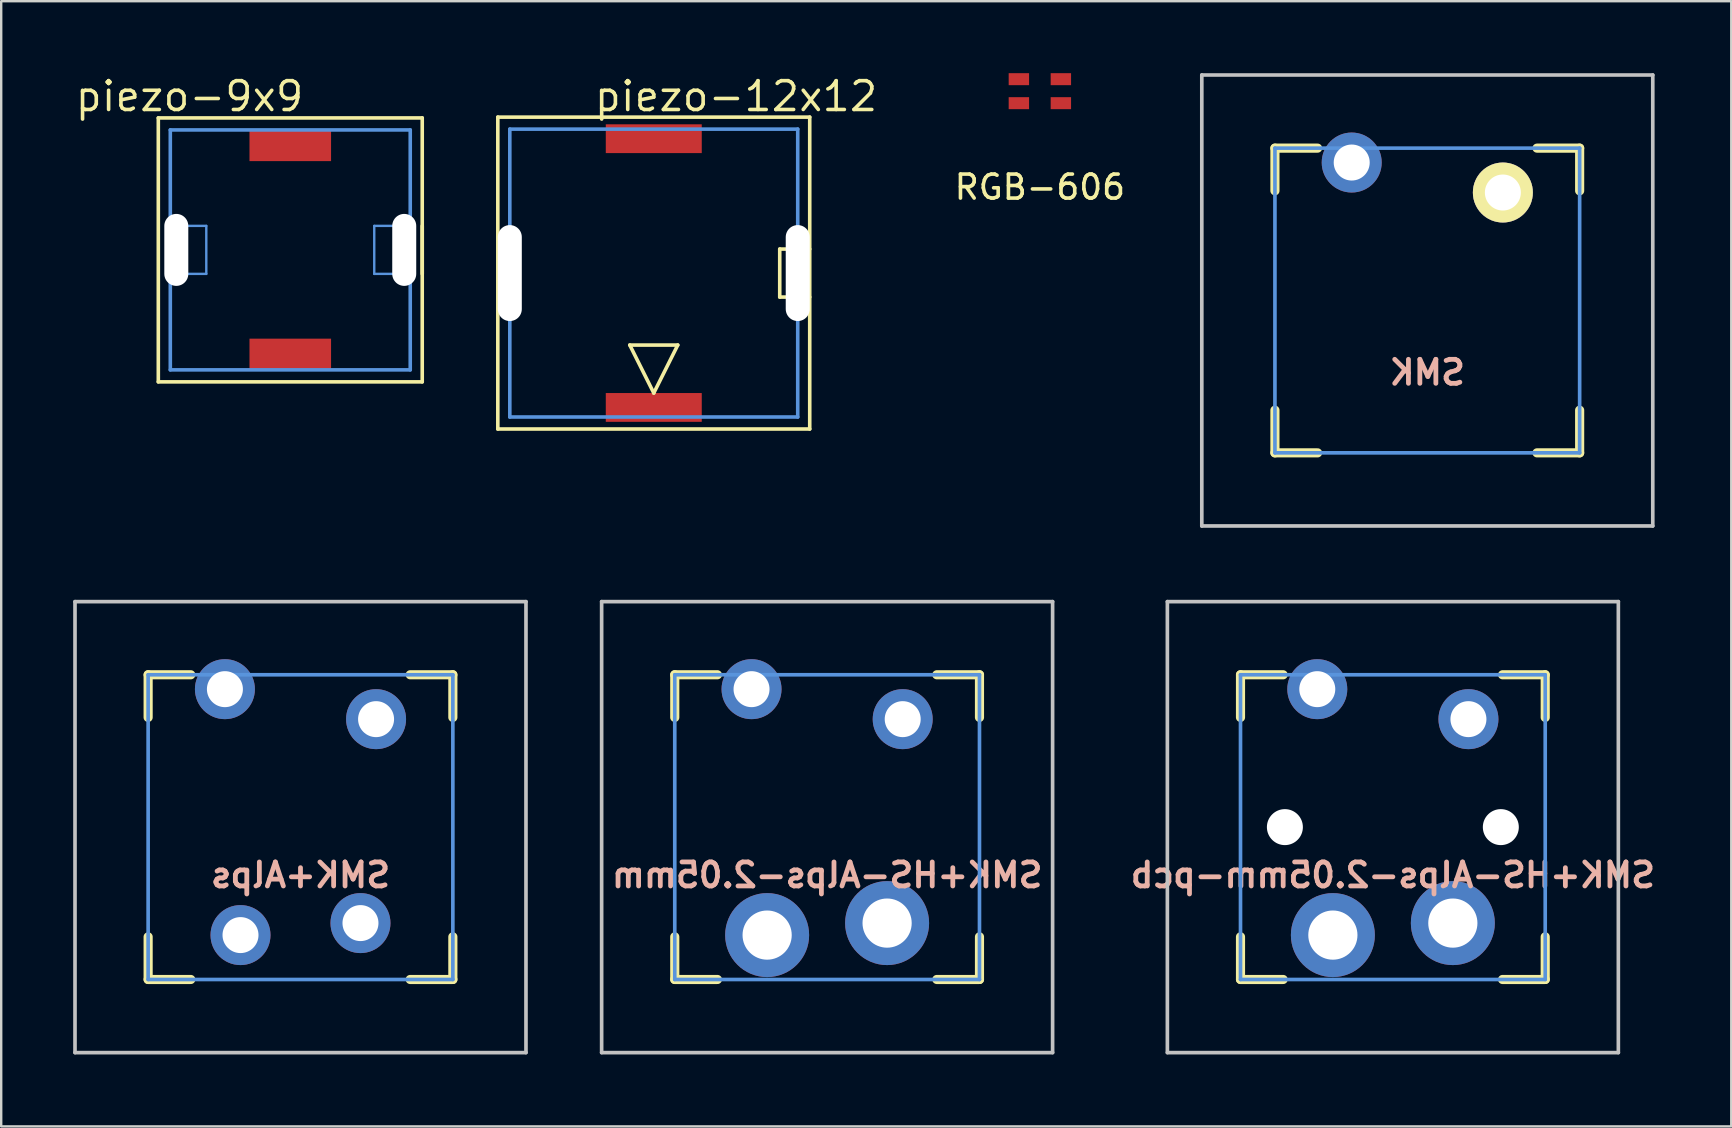
<source format=kicad_pcb>
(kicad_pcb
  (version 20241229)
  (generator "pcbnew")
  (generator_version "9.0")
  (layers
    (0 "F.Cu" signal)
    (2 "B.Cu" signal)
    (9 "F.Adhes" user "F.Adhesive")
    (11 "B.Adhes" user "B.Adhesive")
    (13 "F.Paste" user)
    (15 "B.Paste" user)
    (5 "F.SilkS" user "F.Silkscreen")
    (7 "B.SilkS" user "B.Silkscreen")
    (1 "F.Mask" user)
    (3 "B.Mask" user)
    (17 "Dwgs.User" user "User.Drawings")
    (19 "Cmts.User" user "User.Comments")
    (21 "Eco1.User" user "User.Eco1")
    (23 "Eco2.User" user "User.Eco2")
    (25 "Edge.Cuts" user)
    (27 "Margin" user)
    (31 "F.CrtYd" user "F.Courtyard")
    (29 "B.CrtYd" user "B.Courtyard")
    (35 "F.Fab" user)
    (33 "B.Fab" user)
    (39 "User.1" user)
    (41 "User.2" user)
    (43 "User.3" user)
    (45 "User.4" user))
  (footprint "piezo-9x9"
    (layer "F.Cu")
    (at 9.048 7.365)
    (property "Reference" "piezo-9x9" (at -4.2 -6.4 0) (layer "F.SilkS") (effects (font (size 1.2 1.2) (thickness 0.15))))
    (attr through_hole)
    (fp_line (start -5.5 -5.5) (end -5.5 5.5) (stroke (width 0.15) (type solid)) (layer "F.SilkS"))
    (fp_line (start -5.5 5.5) (end 5.5 5.5) (stroke (width 0.15) (type solid)) (layer "F.SilkS"))
    (fp_line (start 5.5 -5.5) (end -5.5 -5.5) (stroke (width 0.15) (type solid)) (layer "F.SilkS"))
    (fp_line (start 5.5 -1) (end 5.5 1) (stroke (width 0.15) (type solid)) (layer "F.SilkS"))
    (fp_line (start 5.5 5.5) (end 5.5 -5.5) (stroke (width 0.15) (type solid)) (layer "F.SilkS"))
    (fp_line (start -5 -5) (end 5 -5) (stroke (width 0.15) (type solid)) (layer "Cmts.User"))
    (fp_line (start -5 5) (end -5 -5) (stroke (width 0.15) (type solid)) (layer "Cmts.User"))
    (fp_line (start -3.5 -1) (end -5 -1) (stroke (width 0.1) (type solid)) (layer "Cmts.User"))
    (fp_line (start -3.5 1) (end -5 1) (stroke (width 0.1) (type solid)) (layer "Cmts.User"))
    (fp_line (start -3.5 1) (end -3.5 -1) (stroke (width 0.1) (type solid)) (layer "Cmts.User"))
    (fp_line (start 3.5 1) (end 3.5 -1) (stroke (width 0.1) (type solid)) (layer "Cmts.User"))
    (fp_line (start 5 -5) (end 5 5) (stroke (width 0.15) (type solid)) (layer "Cmts.User"))
    (fp_line (start 5 -1) (end 3.5 -1) (stroke (width 0.1) (type solid)) (layer "Cmts.User"))
    (fp_line (start 5 1) (end 3.5 1) (stroke (width 0.1) (type solid)) (layer "Cmts.User"))
    (fp_line (start 5 5) (end -5 5) (stroke (width 0.15) (type solid)) (layer "Cmts.User"))
    (pad "" np_thru_hole oval (at -4.75 0) (size 1 3) (drill oval 1 3) (layers "*.Cu" "*.Mask"))
    (pad "" np_thru_hole oval (at 4.75 0) (size 1 3) (drill oval 1 3) (layers "*.Cu" "*.Mask"))
    (pad "1" smd rect (at 0 4.35) (size 3.4 1.3) (layers "F.Cu" "F.Mask" "F.Paste"))
    (pad "2" smd rect (at 0 -4.35) (size 3.4 1.3) (layers "F.Cu" "F.Mask" "F.Paste")))
  (footprint "SMK"
    (layer "F.Cu")
    (at 56.437 9.474)
    (property "Reference" "SMK" (at 0 3 0) (layer "B.SilkS") (effects (font (size 1 1) (thickness 0.2)) (justify mirror)))
    (attr through_hole)
    (fp_line (start -6.35 -6.35) (end -4.572 -6.35) (stroke (width 0.381) (type solid)) (layer "F.SilkS"))
    (fp_line (start -6.35 -4.572) (end -6.35 -6.35) (stroke (width 0.381) (type solid)) (layer "F.SilkS"))
    (fp_line (start -6.35 6.35) (end -6.35 4.572) (stroke (width 0.381) (type solid)) (layer "F.SilkS"))
    (fp_line (start -4.572 6.35) (end -6.35 6.35) (stroke (width 0.381) (type solid)) (layer "F.SilkS"))
    (fp_line (start 4.572 -6.35) (end 6.35 -6.35) (stroke (width 0.381) (type solid)) (layer "F.SilkS"))
    (fp_line (start 6.35 -6.35) (end 6.35 -4.572) (stroke (width 0.381) (type solid)) (layer "F.SilkS"))
    (fp_line (start 6.35 4.572) (end 6.35 6.35) (stroke (width 0.381) (type solid)) (layer "F.SilkS"))
    (fp_line (start 6.35 6.35) (end 4.572 6.35) (stroke (width 0.381) (type solid)) (layer "F.SilkS"))
    (fp_line (start -9.398 -9.398) (end 9.398 -9.398) (stroke (width 0.152) (type solid)) (layer "Dwgs.User"))
    (fp_line (start -9.398 9.398) (end -9.398 -9.398) (stroke (width 0.152) (type solid)) (layer "Dwgs.User"))
    (fp_line (start 9.398 -9.398) (end 9.398 9.398) (stroke (width 0.152) (type solid)) (layer "Dwgs.User"))
    (fp_line (start 9.398 9.398) (end -9.398 9.398) (stroke (width 0.152) (type solid)) (layer "Dwgs.User"))
    (fp_line (start -6.35 -6.35) (end 6.35 -6.35) (stroke (width 0.152) (type solid)) (layer "Cmts.User"))
    (fp_line (start -6.35 6.35) (end -6.35 -6.35) (stroke (width 0.152) (type solid)) (layer "Cmts.User"))
    (fp_line (start 6.35 -6.35) (end 6.35 6.35) (stroke (width 0.152) (type solid)) (layer "Cmts.User"))
    (fp_line (start 6.35 6.35) (end -6.35 6.35) (stroke (width 0.152) (type solid)) (layer "Cmts.User"))
    (fp_line (start -7.75 -6.4) (end -6.985 -6.4) (stroke (width 0.152) (type solid)) (layer "Eco2.User"))
    (fp_line (start -7.75 6.4) (end -7.75 -6.4) (stroke (width 0.152) (type solid)) (layer "Eco2.User"))
    (fp_line (start -7.75 6.4) (end -6.985 6.4) (stroke (width 0.152) (type solid)) (layer "Eco2.User"))
    (fp_line (start -6.985 -6.985) (end 6.985 -6.985) (stroke (width 0.152) (type solid)) (layer "Eco2.User"))
    (fp_line (start -6.985 -6.4) (end -6.985 -6.985) (stroke (width 0.152) (type solid)) (layer "Eco2.User"))
    (fp_line (start -6.985 6.4) (end -6.985 6.985) (stroke (width 0.152) (type solid)) (layer "Eco2.User"))
    (fp_line (start 6.985 -6.4) (end 6.985 -6.985) (stroke (width 0.152) (type solid)) (layer "Eco2.User"))
    (fp_line (start 6.985 6.4) (end 7.75 6.4) (stroke (width 0.152) (type solid)) (layer "Eco2.User"))
    (fp_line (start 6.985 6.985) (end -6.985 6.985) (stroke (width 0.152) (type solid)) (layer "Eco2.User"))
    (fp_line (start 6.985 6.985) (end 6.985 6.4) (stroke (width 0.152) (type solid)) (layer "Eco2.User"))
    (fp_line (start 7.75 -6.4) (end 6.985 -6.4) (stroke (width 0.152) (type solid)) (layer "Eco2.User"))
    (fp_line (start 7.75 6.4) (end 7.75 -6.4) (stroke (width 0.152) (type solid)) (layer "Eco2.User"))
    (pad "SW1" thru_hole circle (at -3.15 -5.75) (size 2.5 2.5) (drill 1.5) (layers "*.Cu" "*.Mask"))
    (pad "SW2" thru_hole circle (at 3.15 -4.5) (size 2.5 2.5) (drill 1.5) (layers "*.Cu" "*.Mask" "F.SilkS")))
  (footprint "SMK+Alps"
    (layer "F.Cu")
    (at 9.474 31.423)
    (property "Reference" "SMK+Alps" (at 0 2 0) (layer "B.SilkS") (effects (font (size 1 1) (thickness 0.2)) (justify mirror)))
    (attr through_hole)
    (fp_line (start -6.35 -6.35) (end -4.572 -6.35) (stroke (width 0.381) (type solid)) (layer "F.SilkS"))
    (fp_line (start -6.35 -4.572) (end -6.35 -6.35) (stroke (width 0.381) (type solid)) (layer "F.SilkS"))
    (fp_line (start -6.35 6.35) (end -6.35 4.572) (stroke (width 0.381) (type solid)) (layer "F.SilkS"))
    (fp_line (start -4.572 6.35) (end -6.35 6.35) (stroke (width 0.381) (type solid)) (layer "F.SilkS"))
    (fp_line (start 4.572 -6.35) (end 6.35 -6.35) (stroke (width 0.381) (type solid)) (layer "F.SilkS"))
    (fp_line (start 6.35 -6.35) (end 6.35 -4.572) (stroke (width 0.381) (type solid)) (layer "F.SilkS"))
    (fp_line (start 6.35 4.572) (end 6.35 6.35) (stroke (width 0.381) (type solid)) (layer "F.SilkS"))
    (fp_line (start 6.35 6.35) (end 4.572 6.35) (stroke (width 0.381) (type solid)) (layer "F.SilkS"))
    (fp_line (start -9.398 -9.398) (end 9.398 -9.398) (stroke (width 0.152) (type solid)) (layer "Dwgs.User"))
    (fp_line (start -9.398 9.398) (end -9.398 -9.398) (stroke (width 0.152) (type solid)) (layer "Dwgs.User"))
    (fp_line (start 9.398 -9.398) (end 9.398 9.398) (stroke (width 0.152) (type solid)) (layer "Dwgs.User"))
    (fp_line (start 9.398 9.398) (end -9.398 9.398) (stroke (width 0.152) (type solid)) (layer "Dwgs.User"))
    (fp_line (start -6.35 -6.35) (end 6.35 -6.35) (stroke (width 0.152) (type solid)) (layer "Cmts.User"))
    (fp_line (start -6.35 6.35) (end -6.35 -6.35) (stroke (width 0.152) (type solid)) (layer "Cmts.User"))
    (fp_line (start 6.35 -6.35) (end 6.35 6.35) (stroke (width 0.152) (type solid)) (layer "Cmts.User"))
    (fp_line (start 6.35 6.35) (end -6.35 6.35) (stroke (width 0.152) (type solid)) (layer "Cmts.User"))
    (fp_line (start -7.75 -6.4) (end -6.985 -6.4) (stroke (width 0.152) (type solid)) (layer "Eco2.User"))
    (fp_line (start -7.75 6.4) (end -7.75 -6.4) (stroke (width 0.152) (type solid)) (layer "Eco2.User"))
    (fp_line (start -7.75 6.4) (end -6.985 6.4) (stroke (width 0.152) (type solid)) (layer "Eco2.User"))
    (fp_line (start -6.985 -6.985) (end 6.985 -6.985) (stroke (width 0.152) (type solid)) (layer "Eco2.User"))
    (fp_line (start -6.985 -6.4) (end -6.985 -6.985) (stroke (width 0.152) (type solid)) (layer "Eco2.User"))
    (fp_line (start -6.985 6.4) (end -6.985 6.985) (stroke (width 0.152) (type solid)) (layer "Eco2.User"))
    (fp_line (start 6.985 -6.4) (end 6.985 -6.985) (stroke (width 0.152) (type solid)) (layer "Eco2.User"))
    (fp_line (start 6.985 6.4) (end 7.75 6.4) (stroke (width 0.152) (type solid)) (layer "Eco2.User"))
    (fp_line (start 6.985 6.985) (end -6.985 6.985) (stroke (width 0.152) (type solid)) (layer "Eco2.User"))
    (fp_line (start 6.985 6.985) (end 6.985 6.4) (stroke (width 0.152) (type solid)) (layer "Eco2.User"))
    (fp_line (start 7.75 -6.4) (end 6.985 -6.4) (stroke (width 0.152) (type solid)) (layer "Eco2.User"))
    (fp_line (start 7.75 6.4) (end 7.75 -6.4) (stroke (width 0.152) (type solid)) (layer "Eco2.User"))
    (pad "SW1" thru_hole circle (at -3.15 -5.75) (size 2.5 2.5) (drill 1.5) (layers "*.Cu" "*.Mask"))
    (pad "SW1" thru_hole circle (at -2.5 4.5) (size 2.5 2.5) (drill 1.5) (layers "*.Cu" "*.Mask"))
    (pad "SW2" thru_hole circle (at 2.5 4) (size 2.5 2.5) (drill 1.5) (layers "*.Cu" "*.Mask"))
    (pad "SW2" thru_hole circle (at 3.15 -4.5) (size 2.5 2.5) (drill 1.5) (layers "*.Cu" "*.Mask")))
  (footprint "RGB-606"
    (layer "F.Cu")
    (at 40.29 0.75)
    (property "Reference" "RGB-606" (at 0 4 0) (layer "F.SilkS") (effects (font (size 1 1) (thickness 0.15))))
    (attr through_hole)
    (pad "1" smd rect (at -0.875 -0.5) (size 0.85 0.5) (layers "F.Cu" "F.Mask" "F.Paste"))
    (pad "1" smd rect (at -0.875 0.5) (size 0.85 0.5) (layers "F.Cu" "F.Mask" "F.Paste"))
    (pad "1" smd rect (at 0.875 -0.5) (size 0.85 0.5) (layers "F.Cu" "F.Mask" "F.Paste"))
    (pad "1" smd rect (at 0.875 0.5) (size 0.85 0.5) (layers "F.Cu" "F.Mask" "F.Paste")))
  (footprint "SMK+HS-Alps-2.05mm-pcb"
    (layer "F.Cu")
    (at 55.002 31.423)
    (property "Reference" "SMK+HS-Alps-2.05mm-pcb" (at 0 2 0) (layer "B.SilkS") (effects (font (size 1 1) (thickness 0.2)) (justify mirror)))
    (attr through_hole)
    (fp_line (start -6.35 -6.35) (end -4.572 -6.35) (stroke (width 0.381) (type solid)) (layer "F.SilkS"))
    (fp_line (start -6.35 -4.572) (end -6.35 -6.35) (stroke (width 0.381) (type solid)) (layer "F.SilkS"))
    (fp_line (start -6.35 6.35) (end -6.35 4.572) (stroke (width 0.381) (type solid)) (layer "F.SilkS"))
    (fp_line (start -4.572 6.35) (end -6.35 6.35) (stroke (width 0.381) (type solid)) (layer "F.SilkS"))
    (fp_line (start 4.572 -6.35) (end 6.35 -6.35) (stroke (width 0.381) (type solid)) (layer "F.SilkS"))
    (fp_line (start 6.35 -6.35) (end 6.35 -4.572) (stroke (width 0.381) (type solid)) (layer "F.SilkS"))
    (fp_line (start 6.35 4.572) (end 6.35 6.35) (stroke (width 0.381) (type solid)) (layer "F.SilkS"))
    (fp_line (start 6.35 6.35) (end 4.572 6.35) (stroke (width 0.381) (type solid)) (layer "F.SilkS"))
    (fp_line (start -9.398 -9.398) (end 9.398 -9.398) (stroke (width 0.152) (type solid)) (layer "Dwgs.User"))
    (fp_line (start -9.398 9.398) (end -9.398 -9.398) (stroke (width 0.152) (type solid)) (layer "Dwgs.User"))
    (fp_line (start 9.398 -9.398) (end 9.398 9.398) (stroke (width 0.152) (type solid)) (layer "Dwgs.User"))
    (fp_line (start 9.398 9.398) (end -9.398 9.398) (stroke (width 0.152) (type solid)) (layer "Dwgs.User"))
    (fp_line (start -6.35 -6.35) (end 6.35 -6.35) (stroke (width 0.152) (type solid)) (layer "Cmts.User"))
    (fp_line (start -6.35 6.35) (end -6.35 -6.35) (stroke (width 0.152) (type solid)) (layer "Cmts.User"))
    (fp_line (start 6.35 -6.35) (end 6.35 6.35) (stroke (width 0.152) (type solid)) (layer "Cmts.User"))
    (fp_line (start 6.35 6.35) (end -6.35 6.35) (stroke (width 0.152) (type solid)) (layer "Cmts.User"))
    (fp_line (start -7.75 -6.4) (end -6.985 -6.4) (stroke (width 0.152) (type solid)) (layer "Eco2.User"))
    (fp_line (start -7.75 6.4) (end -7.75 -6.4) (stroke (width 0.152) (type solid)) (layer "Eco2.User"))
    (fp_line (start -7.75 6.4) (end -6.985 6.4) (stroke (width 0.152) (type solid)) (layer "Eco2.User"))
    (fp_line (start -6.985 -6.985) (end 6.985 -6.985) (stroke (width 0.152) (type solid)) (layer "Eco2.User"))
    (fp_line (start -6.985 -6.4) (end -6.985 -6.985) (stroke (width 0.152) (type solid)) (layer "Eco2.User"))
    (fp_line (start -6.985 6.4) (end -6.985 6.985) (stroke (width 0.152) (type solid)) (layer "Eco2.User"))
    (fp_line (start 6.985 -6.4) (end 6.985 -6.985) (stroke (width 0.152) (type solid)) (layer "Eco2.User"))
    (fp_line (start 6.985 6.4) (end 7.75 6.4) (stroke (width 0.152) (type solid)) (layer "Eco2.User"))
    (fp_line (start 6.985 6.985) (end -6.985 6.985) (stroke (width 0.152) (type solid)) (layer "Eco2.User"))
    (fp_line (start 6.985 6.985) (end 6.985 6.4) (stroke (width 0.152) (type solid)) (layer "Eco2.User"))
    (fp_line (start 7.75 -6.4) (end 6.985 -6.4) (stroke (width 0.152) (type solid)) (layer "Eco2.User"))
    (fp_line (start 7.75 6.4) (end 7.75 -6.4) (stroke (width 0.152) (type solid)) (layer "Eco2.User"))
    (pad "" np_thru_hole circle (at -4.5 0) (size 1.5 1.5) (drill 1.5) (layers "*.Cu" "*.Mask"))
    (pad "" np_thru_hole circle (at 4.5 0) (size 1.5 1.5) (drill 1.5) (layers "*.Cu" "*.Mask"))
    (pad "SW1" thru_hole circle (at -3.15 -5.75) (size 2.5 2.5) (drill 1.5) (layers "*.Cu" "*.Mask"))
    (pad "SW1" thru_hole circle (at -2.5 4.5) (size 3.5 3.5) (drill 2.05) (layers "*.Cu" "*.Mask"))
    (pad "SW2" thru_hole circle (at 2.5 4) (size 3.5 3.5) (drill 2.05) (layers "*.Cu" "*.Mask"))
    (pad "SW2" thru_hole circle (at 3.15 -4.5) (size 2.5 2.5) (drill 1.5) (layers "*.Cu" "*.Mask")))
  (footprint "SMK+HS-Alps-2.05mm"
    (layer "F.Cu")
    (at 31.423 31.423)
    (property "Reference" "SMK+HS-Alps-2.05mm" (at 0 2 0) (layer "B.SilkS") (effects (font (size 1 1) (thickness 0.2)) (justify mirror)))
    (attr through_hole)
    (fp_line (start -6.35 -6.35) (end -4.572 -6.35) (stroke (width 0.381) (type solid)) (layer "F.SilkS"))
    (fp_line (start -6.35 -4.572) (end -6.35 -6.35) (stroke (width 0.381) (type solid)) (layer "F.SilkS"))
    (fp_line (start -6.35 6.35) (end -6.35 4.572) (stroke (width 0.381) (type solid)) (layer "F.SilkS"))
    (fp_line (start -4.572 6.35) (end -6.35 6.35) (stroke (width 0.381) (type solid)) (layer "F.SilkS"))
    (fp_line (start 4.572 -6.35) (end 6.35 -6.35) (stroke (width 0.381) (type solid)) (layer "F.SilkS"))
    (fp_line (start 6.35 -6.35) (end 6.35 -4.572) (stroke (width 0.381) (type solid)) (layer "F.SilkS"))
    (fp_line (start 6.35 4.572) (end 6.35 6.35) (stroke (width 0.381) (type solid)) (layer "F.SilkS"))
    (fp_line (start 6.35 6.35) (end 4.572 6.35) (stroke (width 0.381) (type solid)) (layer "F.SilkS"))
    (fp_line (start -9.398 -9.398) (end 9.398 -9.398) (stroke (width 0.152) (type solid)) (layer "Dwgs.User"))
    (fp_line (start -9.398 9.398) (end -9.398 -9.398) (stroke (width 0.152) (type solid)) (layer "Dwgs.User"))
    (fp_line (start 9.398 -9.398) (end 9.398 9.398) (stroke (width 0.152) (type solid)) (layer "Dwgs.User"))
    (fp_line (start 9.398 9.398) (end -9.398 9.398) (stroke (width 0.152) (type solid)) (layer "Dwgs.User"))
    (fp_line (start -6.35 -6.35) (end 6.35 -6.35) (stroke (width 0.152) (type solid)) (layer "Cmts.User"))
    (fp_line (start -6.35 6.35) (end -6.35 -6.35) (stroke (width 0.152) (type solid)) (layer "Cmts.User"))
    (fp_line (start 6.35 -6.35) (end 6.35 6.35) (stroke (width 0.152) (type solid)) (layer "Cmts.User"))
    (fp_line (start 6.35 6.35) (end -6.35 6.35) (stroke (width 0.152) (type solid)) (layer "Cmts.User"))
    (fp_line (start -7.75 -6.4) (end -6.985 -6.4) (stroke (width 0.152) (type solid)) (layer "Eco2.User"))
    (fp_line (start -7.75 6.4) (end -7.75 -6.4) (stroke (width 0.152) (type solid)) (layer "Eco2.User"))
    (fp_line (start -7.75 6.4) (end -6.985 6.4) (stroke (width 0.152) (type solid)) (layer "Eco2.User"))
    (fp_line (start -6.985 -6.985) (end 6.985 -6.985) (stroke (width 0.152) (type solid)) (layer "Eco2.User"))
    (fp_line (start -6.985 -6.4) (end -6.985 -6.985) (stroke (width 0.152) (type solid)) (layer "Eco2.User"))
    (fp_line (start -6.985 6.4) (end -6.985 6.985) (stroke (width 0.152) (type solid)) (layer "Eco2.User"))
    (fp_line (start 6.985 -6.4) (end 6.985 -6.985) (stroke (width 0.152) (type solid)) (layer "Eco2.User"))
    (fp_line (start 6.985 6.4) (end 7.75 6.4) (stroke (width 0.152) (type solid)) (layer "Eco2.User"))
    (fp_line (start 6.985 6.985) (end -6.985 6.985) (stroke (width 0.152) (type solid)) (layer "Eco2.User"))
    (fp_line (start 6.985 6.985) (end 6.985 6.4) (stroke (width 0.152) (type solid)) (layer "Eco2.User"))
    (fp_line (start 7.75 -6.4) (end 6.985 -6.4) (stroke (width 0.152) (type solid)) (layer "Eco2.User"))
    (fp_line (start 7.75 6.4) (end 7.75 -6.4) (stroke (width 0.152) (type solid)) (layer "Eco2.User"))
    (pad "SW1" thru_hole circle (at -3.15 -5.75) (size 2.5 2.5) (drill 1.5) (layers "*.Cu" "*.Mask"))
    (pad "SW1" thru_hole circle (at -2.5 4.5) (size 3.5 3.5) (drill 2.05) (layers "*.Cu" "*.Mask"))
    (pad "SW2" thru_hole circle (at 2.5 4) (size 3.5 3.5) (drill 2.05) (layers "*.Cu" "*.Mask"))
    (pad "SW2" thru_hole circle (at 3.15 -4.5) (size 2.5 2.5) (drill 1.5) (layers "*.Cu" "*.Mask")))
  (footprint "piezo-12x12"
    (layer "F.Cu")
    (at 24.198 8.331)
    (property "Reference" "piezo-12x12" (at 3.429 -7.366 0) (layer "F.SilkS") (effects (font (size 1.2 1.2) (thickness 0.15))))
    (attr through_hole)
    (fp_line (start -6.5 -6.5) (end -6.5 6.5) (stroke (width 0.15) (type solid)) (layer "F.SilkS"))
    (fp_line (start -6.5 6.5) (end 6.5 6.5) (stroke (width 0.15) (type solid)) (layer "F.SilkS"))
    (fp_line (start -1 3) (end 1 3) (stroke (width 0.15) (type solid)) (layer "F.SilkS"))
    (fp_line (start 0 5) (end -1 3) (stroke (width 0.15) (type solid)) (layer "F.SilkS"))
    (fp_line (start 1 3) (end 0 5) (stroke (width 0.15) (type solid)) (layer "F.SilkS"))
    (fp_line (start 5.25 -1) (end 5.25 1) (stroke (width 0.15) (type solid)) (layer "F.SilkS"))
    (fp_line (start 5.25 -1) (end 6.5 -1) (stroke (width 0.15) (type solid)) (layer "F.SilkS"))
    (fp_line (start 5.25 1) (end 6.5 1) (stroke (width 0.15) (type solid)) (layer "F.SilkS"))
    (fp_line (start 6.5 -6.5) (end -6.5 -6.5) (stroke (width 0.15) (type solid)) (layer "F.SilkS"))
    (fp_line (start 6.5 6.5) (end 6.5 -6.5) (stroke (width 0.15) (type solid)) (layer "F.SilkS"))
    (fp_line (start -6 -6) (end 6 -6) (stroke (width 0.15) (type solid)) (layer "Cmts.User"))
    (fp_line (start -6 6) (end -6 -6) (stroke (width 0.15) (type solid)) (layer "Cmts.User"))
    (fp_line (start 6 -6) (end 6 6) (stroke (width 0.15) (type solid)) (layer "Cmts.User"))
    (fp_line (start 6 6) (end -6 6) (stroke (width 0.15) (type solid)) (layer "Cmts.User"))
    (pad "" np_thru_hole oval (at -6 0) (size 1 4) (drill oval 1 4) (layers "*.Cu" "*.Mask"))
    (pad "" np_thru_hole oval (at 6 0) (size 1 4) (drill oval 1 4) (layers "*.Cu" "*.Mask"))
    (pad "1" smd rect (at 0 5.6) (size 4 1.2) (layers "F.Cu" "F.Mask" "F.Paste"))
    (pad "2" smd rect (at 0 -5.6) (size 4 1.2) (layers "F.Cu" "F.Mask" "F.Paste")))
  (gr_rect
    (start -3 -3)
    (end 69.106 43.897)
    (stroke (width 0.1) (type default))
    (fill no)
    (layer "Edge.Cuts")))
</source>
